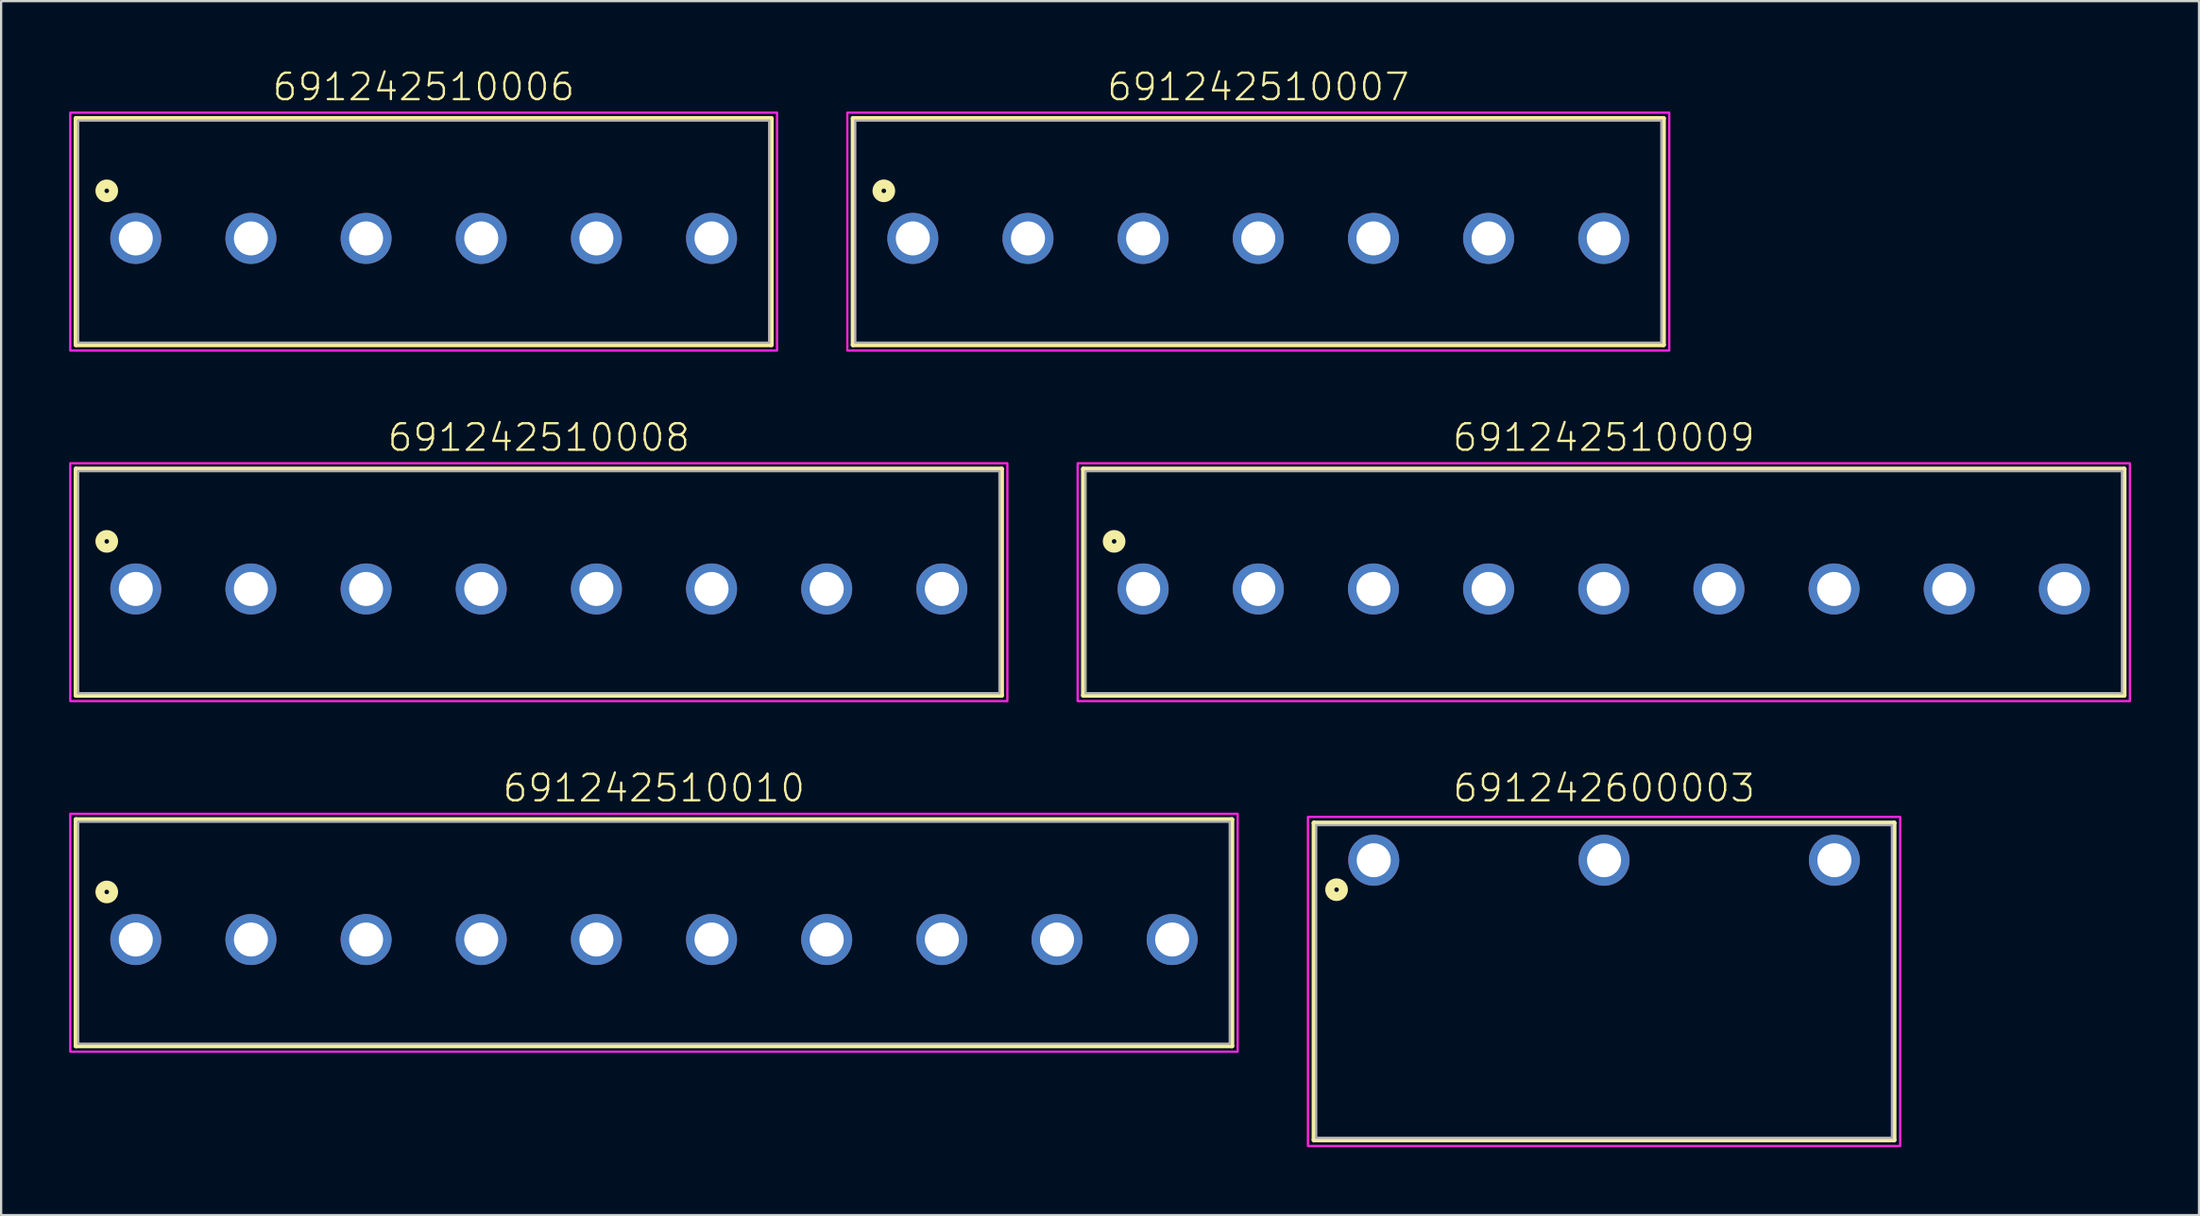
<source format=kicad_pcb>
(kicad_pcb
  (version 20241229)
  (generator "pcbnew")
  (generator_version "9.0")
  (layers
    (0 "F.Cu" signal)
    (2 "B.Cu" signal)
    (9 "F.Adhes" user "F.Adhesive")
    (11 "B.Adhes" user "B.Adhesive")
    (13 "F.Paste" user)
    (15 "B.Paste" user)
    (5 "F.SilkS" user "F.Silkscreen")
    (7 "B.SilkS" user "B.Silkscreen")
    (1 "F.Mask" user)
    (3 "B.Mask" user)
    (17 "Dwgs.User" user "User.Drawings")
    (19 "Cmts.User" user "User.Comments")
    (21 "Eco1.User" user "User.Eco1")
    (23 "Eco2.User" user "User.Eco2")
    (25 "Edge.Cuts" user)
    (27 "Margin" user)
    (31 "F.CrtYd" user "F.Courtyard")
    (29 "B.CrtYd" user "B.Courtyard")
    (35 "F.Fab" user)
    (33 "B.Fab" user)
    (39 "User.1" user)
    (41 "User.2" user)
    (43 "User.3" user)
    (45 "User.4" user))
  (footprint "691242510010"
    (layer "F.Cu")
    (at 25.8 38.42)
    (property "Reference" "691242510010" (at 0 -6 0) (unlocked yes) (layer "F.SilkS") (effects (font (size 1.168 1.168) (thickness 0.102)) (justify bottom)))
    (fp_line (start -25.5 -5.3) (end 25.5 -5.3) (stroke (width 0.2) (type solid)) (layer "F.SilkS"))
    (fp_line (start -25.5 4.7) (end -25.5 -5.3) (stroke (width 0.2) (type solid)) (layer "F.SilkS"))
    (fp_line (start 25.5 -5.3) (end 25.5 4.7) (stroke (width 0.2) (type solid)) (layer "F.SilkS"))
    (fp_line (start 25.5 4.7) (end -25.5 4.7) (stroke (width 0.2) (type solid)) (layer "F.SilkS"))
    (fp_circle (center -24.14 -2.1) (end -24.04 -2.1) (stroke (width 0.4) (type solid)) (fill no) (layer "F.SilkS"))
    (fp_poly (pts (xy 25.75 4.95) (xy -25.75 4.95) (xy -25.75 -5.55) (xy 25.75 -5.55)) (stroke (width 0.1) (type default)) (fill no) (layer "F.CrtYd"))
    (fp_line (start -25.4 -5.2) (end -25.4 4.6) (stroke (width 0.1) (type solid)) (layer "F.Fab"))
    (fp_line (start -25.4 -5.2) (end 25.4 -5.2) (stroke (width 0.1) (type solid)) (layer "F.Fab"))
    (fp_line (start -25.4 4.6) (end 25.4 4.6) (stroke (width 0.1) (type solid)) (layer "F.Fab"))
    (fp_line (start 25.4 -5.2) (end 25.4 4.6) (stroke (width 0.1) (type solid)) (layer "F.Fab"))
    (pad "1" thru_hole circle (at -22.86 0) (size 2.25 2.25) (drill 1.5) (layers "*.Cu" "*.Mask"))
    (pad "2" thru_hole circle (at -17.78 0) (size 2.25 2.25) (drill 1.5) (layers "*.Cu" "*.Mask"))
    (pad "3" thru_hole circle (at -12.7 0) (size 2.25 2.25) (drill 1.5) (layers "*.Cu" "*.Mask"))
    (pad "4" thru_hole circle (at -7.62 0) (size 2.25 2.25) (drill 1.5) (layers "*.Cu" "*.Mask"))
    (pad "5" thru_hole circle (at -2.54 0) (size 2.25 2.25) (drill 1.5) (layers "*.Cu" "*.Mask"))
    (pad "6" thru_hole circle (at 2.54 0) (size 2.25 2.25) (drill 1.5) (layers "*.Cu" "*.Mask"))
    (pad "7" thru_hole circle (at 7.62 0) (size 2.25 2.25) (drill 1.5) (layers "*.Cu" "*.Mask"))
    (pad "8" thru_hole circle (at 12.7 0) (size 2.25 2.25) (drill 1.5) (layers "*.Cu" "*.Mask"))
    (pad "9" thru_hole circle (at 17.78 0) (size 2.25 2.25) (drill 1.5) (layers "*.Cu" "*.Mask"))
    (pad "10" thru_hole circle (at 22.86 0) (size 2.25 2.25) (drill 1.5) (layers "*.Cu" "*.Mask")))
  (footprint "691242510009"
    (layer "F.Cu")
    (at 67.7 22.946)
    (property "Reference" "691242510009" (at 0 -6 0) (unlocked yes) (layer "F.SilkS") (effects (font (size 1.168 1.168) (thickness 0.102)) (justify bottom)))
    (fp_line (start -22.96 -5.3) (end 22.96 -5.3) (stroke (width 0.2) (type solid)) (layer "F.SilkS"))
    (fp_line (start -22.96 4.7) (end -22.96 -5.3) (stroke (width 0.2) (type solid)) (layer "F.SilkS"))
    (fp_line (start 22.96 -5.3) (end 22.96 4.7) (stroke (width 0.2) (type solid)) (layer "F.SilkS"))
    (fp_line (start 22.96 4.7) (end -22.96 4.7) (stroke (width 0.2) (type solid)) (layer "F.SilkS"))
    (fp_circle (center -21.6 -2.1) (end -21.5 -2.1) (stroke (width 0.4) (type solid)) (fill no) (layer "F.SilkS"))
    (fp_poly (pts (xy 23.21 4.95) (xy -23.21 4.95) (xy -23.21 -5.55) (xy 23.21 -5.55)) (stroke (width 0.1) (type default)) (fill no) (layer "F.CrtYd"))
    (fp_line (start -22.86 -5.2) (end -22.86 4.6) (stroke (width 0.1) (type solid)) (layer "F.Fab"))
    (fp_line (start -22.86 -5.2) (end 22.86 -5.2) (stroke (width 0.1) (type solid)) (layer "F.Fab"))
    (fp_line (start -22.86 4.6) (end 22.86 4.6) (stroke (width 0.1) (type solid)) (layer "F.Fab"))
    (fp_line (start 22.86 -5.2) (end 22.86 4.6) (stroke (width 0.1) (type solid)) (layer "F.Fab"))
    (pad "1" thru_hole circle (at -20.32 0) (size 2.25 2.25) (drill 1.5) (layers "*.Cu" "*.Mask"))
    (pad "2" thru_hole circle (at -15.24 0) (size 2.25 2.25) (drill 1.5) (layers "*.Cu" "*.Mask"))
    (pad "3" thru_hole circle (at -10.16 0) (size 2.25 2.25) (drill 1.5) (layers "*.Cu" "*.Mask"))
    (pad "4" thru_hole circle (at -5.08 0) (size 2.25 2.25) (drill 1.5) (layers "*.Cu" "*.Mask"))
    (pad "5" thru_hole circle (at 0 0) (size 2.25 2.25) (drill 1.5) (layers "*.Cu" "*.Mask"))
    (pad "6" thru_hole circle (at 5.08 0) (size 2.25 2.25) (drill 1.5) (layers "*.Cu" "*.Mask"))
    (pad "7" thru_hole circle (at 10.16 0) (size 2.25 2.25) (drill 1.5) (layers "*.Cu" "*.Mask"))
    (pad "8" thru_hole circle (at 15.24 0) (size 2.25 2.25) (drill 1.5) (layers "*.Cu" "*.Mask"))
    (pad "9" thru_hole circle (at 20.32 0) (size 2.25 2.25) (drill 1.5) (layers "*.Cu" "*.Mask")))
  (footprint "691242510007"
    (layer "F.Cu")
    (at 52.46 7.473)
    (property "Reference" "691242510007" (at 0 -6 0) (unlocked yes) (layer "F.SilkS") (effects (font (size 1.168 1.168) (thickness 0.102)) (justify bottom)))
    (fp_line (start -17.88 -5.3) (end 17.88 -5.3) (stroke (width 0.2) (type solid)) (layer "F.SilkS"))
    (fp_line (start -17.88 4.7) (end -17.88 -5.3) (stroke (width 0.2) (type solid)) (layer "F.SilkS"))
    (fp_line (start 17.88 -5.3) (end 17.88 4.7) (stroke (width 0.2) (type solid)) (layer "F.SilkS"))
    (fp_line (start 17.88 4.7) (end -17.88 4.7) (stroke (width 0.2) (type solid)) (layer "F.SilkS"))
    (fp_circle (center -16.52 -2.1) (end -16.42 -2.1) (stroke (width 0.4) (type solid)) (fill no) (layer "F.SilkS"))
    (fp_poly (pts (xy 18.13 4.95) (xy -18.13 4.95) (xy -18.13 -5.55) (xy 18.13 -5.55)) (stroke (width 0.1) (type default)) (fill no) (layer "F.CrtYd"))
    (fp_line (start -17.78 -5.2) (end -17.78 4.6) (stroke (width 0.1) (type solid)) (layer "F.Fab"))
    (fp_line (start -17.78 -5.2) (end 17.78 -5.2) (stroke (width 0.1) (type solid)) (layer "F.Fab"))
    (fp_line (start -17.78 4.6) (end 17.78 4.6) (stroke (width 0.1) (type solid)) (layer "F.Fab"))
    (fp_line (start 17.78 -5.2) (end 17.78 4.6) (stroke (width 0.1) (type solid)) (layer "F.Fab"))
    (pad "1" thru_hole circle (at -15.24 0) (size 2.25 2.25) (drill 1.5) (layers "*.Cu" "*.Mask"))
    (pad "2" thru_hole circle (at -10.16 0) (size 2.25 2.25) (drill 1.5) (layers "*.Cu" "*.Mask"))
    (pad "3" thru_hole circle (at -5.08 0) (size 2.25 2.25) (drill 1.5) (layers "*.Cu" "*.Mask"))
    (pad "4" thru_hole circle (at 0 0) (size 2.25 2.25) (drill 1.5) (layers "*.Cu" "*.Mask"))
    (pad "5" thru_hole circle (at 5.08 0) (size 2.25 2.25) (drill 1.5) (layers "*.Cu" "*.Mask"))
    (pad "6" thru_hole circle (at 10.16 0) (size 2.25 2.25) (drill 1.5) (layers "*.Cu" "*.Mask"))
    (pad "7" thru_hole circle (at 15.24 0) (size 2.25 2.25) (drill 1.5) (layers "*.Cu" "*.Mask")))
  (footprint "691242510006"
    (layer "F.Cu")
    (at 15.64 7.473)
    (property "Reference" "691242510006" (at 0 -6 0) (unlocked yes) (layer "F.SilkS") (effects (font (size 1.168 1.168) (thickness 0.102)) (justify bottom)))
    (fp_line (start -15.34 -5.3) (end 15.34 -5.3) (stroke (width 0.2) (type solid)) (layer "F.SilkS"))
    (fp_line (start -15.34 4.7) (end -15.34 -5.3) (stroke (width 0.2) (type solid)) (layer "F.SilkS"))
    (fp_line (start 15.34 -5.3) (end 15.34 4.7) (stroke (width 0.2) (type solid)) (layer "F.SilkS"))
    (fp_line (start 15.34 4.7) (end -15.34 4.7) (stroke (width 0.2) (type solid)) (layer "F.SilkS"))
    (fp_circle (center -13.98 -2.1) (end -13.88 -2.1) (stroke (width 0.4) (type solid)) (fill no) (layer "F.SilkS"))
    (fp_poly (pts (xy 15.59 4.95) (xy -15.59 4.95) (xy -15.59 -5.55) (xy 15.59 -5.55)) (stroke (width 0.1) (type default)) (fill no) (layer "F.CrtYd"))
    (fp_line (start -15.24 -5.2) (end -15.24 4.6) (stroke (width 0.1) (type solid)) (layer "F.Fab"))
    (fp_line (start -15.24 -5.2) (end 15.24 -5.2) (stroke (width 0.1) (type solid)) (layer "F.Fab"))
    (fp_line (start -15.24 4.6) (end 15.24 4.6) (stroke (width 0.1) (type solid)) (layer "F.Fab"))
    (fp_line (start 15.24 -5.2) (end 15.24 4.6) (stroke (width 0.1) (type solid)) (layer "F.Fab"))
    (pad "1" thru_hole circle (at -12.7 0) (size 2.25 2.25) (drill 1.5) (layers "*.Cu" "*.Mask"))
    (pad "2" thru_hole circle (at -7.62 0) (size 2.25 2.25) (drill 1.5) (layers "*.Cu" "*.Mask"))
    (pad "3" thru_hole circle (at -2.54 0) (size 2.25 2.25) (drill 1.5) (layers "*.Cu" "*.Mask"))
    (pad "4" thru_hole circle (at 2.54 0) (size 2.25 2.25) (drill 1.5) (layers "*.Cu" "*.Mask"))
    (pad "5" thru_hole circle (at 7.62 0) (size 2.25 2.25) (drill 1.5) (layers "*.Cu" "*.Mask"))
    (pad "6" thru_hole circle (at 12.7 0) (size 2.25 2.25) (drill 1.5) (layers "*.Cu" "*.Mask")))
  (footprint "691242600003"
    (layer "F.Cu")
    (at 67.713 34.92)
    (property "Reference" "691242600003" (at 0 -2.5 0) (unlocked yes) (layer "F.SilkS") (effects (font (size 1.168 1.168) (thickness 0.102)) (justify bottom)))
    (fp_line (start -12.8 -1.65) (end 12.8 -1.65) (stroke (width 0.2) (type solid)) (layer "F.SilkS"))
    (fp_line (start -12.8 12.35) (end -12.8 -1.65) (stroke (width 0.2) (type solid)) (layer "F.SilkS"))
    (fp_line (start 12.8 -1.65) (end 12.8 12.35) (stroke (width 0.2) (type solid)) (layer "F.SilkS"))
    (fp_line (start 12.8 12.35) (end -12.8 12.35) (stroke (width 0.2) (type solid)) (layer "F.SilkS"))
    (fp_circle (center -11.8 1.3) (end -11.7 1.3) (stroke (width 0.4) (type solid)) (fill no) (layer "F.SilkS"))
    (fp_poly (pts (xy 13.063 12.614) (xy -13.063 12.614) (xy -13.063 -1.913) (xy 13.063 -1.913)) (stroke (width 0.1) (type default)) (fill no) (layer "F.CrtYd"))
    (fp_line (start -12.7 -1.55) (end 12.7 -1.55) (stroke (width 0.1) (type solid)) (layer "F.Fab"))
    (fp_line (start -12.7 12.25) (end -12.7 -1.55) (stroke (width 0.1) (type solid)) (layer "F.Fab"))
    (fp_line (start 12.7 -1.55) (end 12.7 12.25) (stroke (width 0.1) (type solid)) (layer "F.Fab"))
    (fp_line (start 12.7 12.25) (end -12.7 12.25) (stroke (width 0.1) (type solid)) (layer "F.Fab"))
    (pad "1" thru_hole circle (at -10.16 0) (size 2.25 2.25) (drill 1.5) (layers "*.Cu" "*.Mask"))
    (pad "2" thru_hole circle (at 0 0) (size 2.25 2.25) (drill 1.5) (layers "*.Cu" "*.Mask"))
    (pad "3" thru_hole circle (at 10.16 0) (size 2.25 2.25) (drill 1.5) (layers "*.Cu" "*.Mask")))
  (footprint "691242510008"
    (layer "F.Cu")
    (at 20.72 22.946)
    (property "Reference" "691242510008" (at 0 -6 0) (unlocked yes) (layer "F.SilkS") (effects (font (size 1.168 1.168) (thickness 0.102)) (justify bottom)))
    (fp_line (start -20.42 -5.3) (end 20.42 -5.3) (stroke (width 0.2) (type solid)) (layer "F.SilkS"))
    (fp_line (start -20.42 4.7) (end -20.42 -5.3) (stroke (width 0.2) (type solid)) (layer "F.SilkS"))
    (fp_line (start 20.42 -5.3) (end 20.42 4.7) (stroke (width 0.2) (type solid)) (layer "F.SilkS"))
    (fp_line (start 20.42 4.7) (end -20.42 4.7) (stroke (width 0.2) (type solid)) (layer "F.SilkS"))
    (fp_circle (center -19.06 -2.1) (end -18.96 -2.1) (stroke (width 0.4) (type solid)) (fill no) (layer "F.SilkS"))
    (fp_poly (pts (xy 20.67 4.95) (xy -20.67 4.95) (xy -20.67 -5.55) (xy 20.67 -5.55)) (stroke (width 0.1) (type default)) (fill no) (layer "F.CrtYd"))
    (fp_line (start -20.32 -5.2) (end -20.32 4.6) (stroke (width 0.1) (type solid)) (layer "F.Fab"))
    (fp_line (start -20.32 -5.2) (end 20.32 -5.2) (stroke (width 0.1) (type solid)) (layer "F.Fab"))
    (fp_line (start -20.32 4.6) (end 20.32 4.6) (stroke (width 0.1) (type solid)) (layer "F.Fab"))
    (fp_line (start 20.32 -5.2) (end 20.32 4.6) (stroke (width 0.1) (type solid)) (layer "F.Fab"))
    (pad "1" thru_hole circle (at -17.78 0) (size 2.25 2.25) (drill 1.5) (layers "*.Cu" "*.Mask"))
    (pad "2" thru_hole circle (at -12.7 0) (size 2.25 2.25) (drill 1.5) (layers "*.Cu" "*.Mask"))
    (pad "3" thru_hole circle (at -7.62 0) (size 2.25 2.25) (drill 1.5) (layers "*.Cu" "*.Mask"))
    (pad "4" thru_hole circle (at -2.54 0) (size 2.25 2.25) (drill 1.5) (layers "*.Cu" "*.Mask"))
    (pad "5" thru_hole circle (at 2.54 0) (size 2.25 2.25) (drill 1.5) (layers "*.Cu" "*.Mask"))
    (pad "6" thru_hole circle (at 7.62 0) (size 2.25 2.25) (drill 1.5) (layers "*.Cu" "*.Mask"))
    (pad "7" thru_hole circle (at 12.7 0) (size 2.25 2.25) (drill 1.5) (layers "*.Cu" "*.Mask"))
    (pad "8" thru_hole circle (at 17.78 0) (size 2.25 2.25) (drill 1.5) (layers "*.Cu" "*.Mask")))
  (gr_rect
    (start -3 -3)
    (end 93.96 50.583)
    (stroke (width 0.1) (type default))
    (fill no)
    (layer "Edge.Cuts")))
</source>
